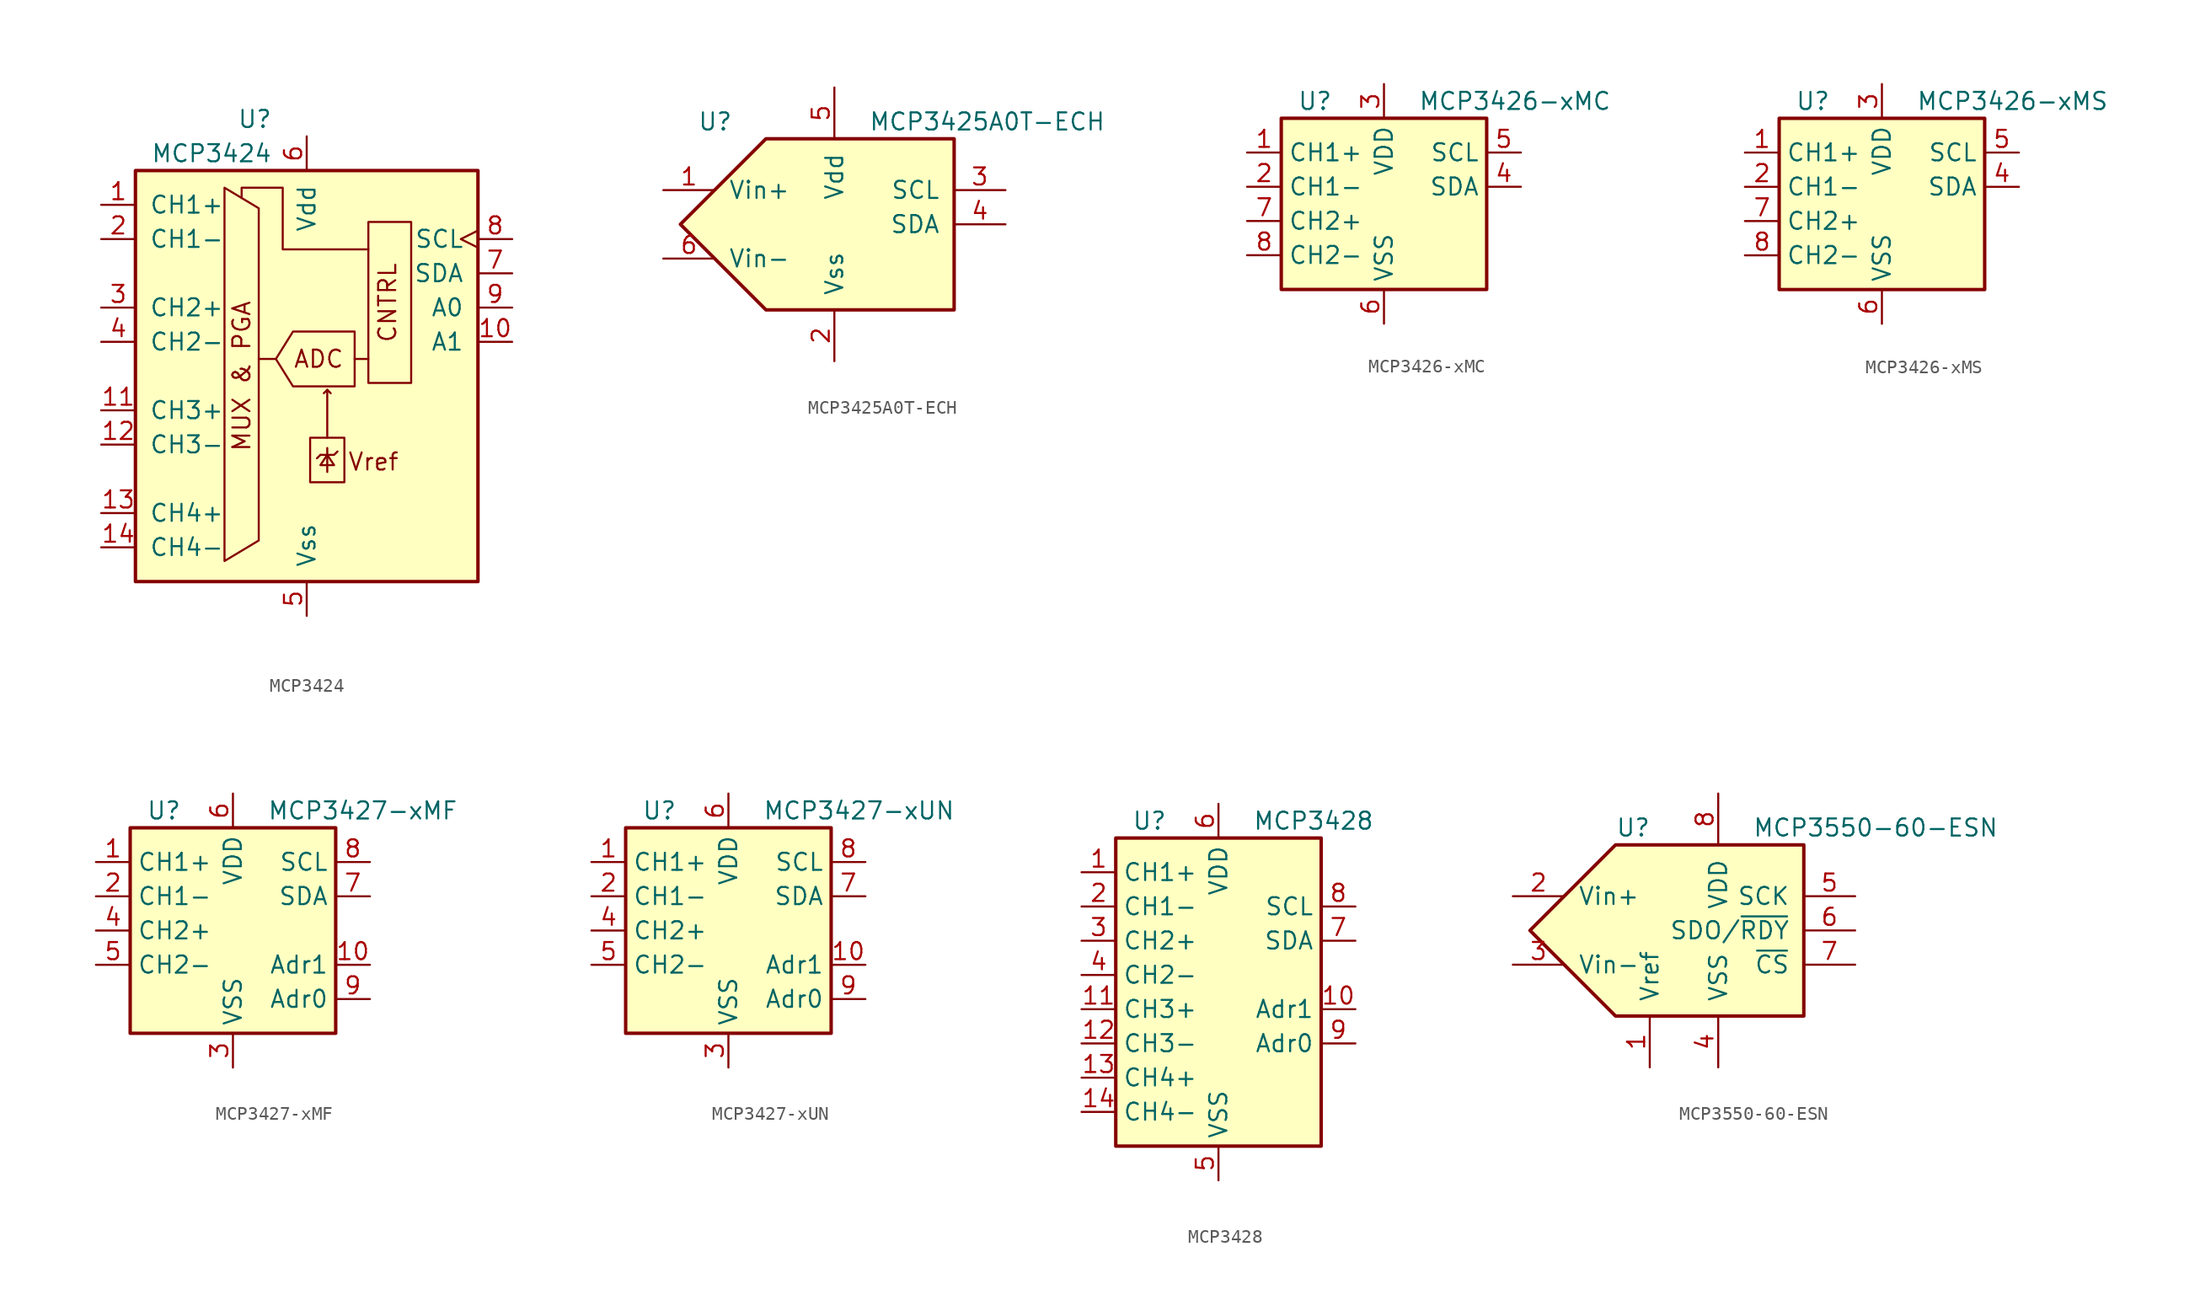
<source format=kicad_sym>
(kicad_symbol_lib
  (version 20220914)
  (generator kicad_symbol_editor)
  (symbol "MCP3424"
    (pin_names
      (offset 1.016))
    (property "Reference" "U"
      (at -2.54 11.43 0)
      (effects (font (size 1.27 1.27)) (justify right)))
    (property "Value" "MCP3424"
      (at -2.54 8.89 0)
      (effects (font (size 1.27 1.27)) (justify right)))
    (symbol "MCP3424_0_0"
      (polyline (pts (xy -6.096 6.35) (xy -3.556 4.826) (xy -3.556 -19.812) (xy -6.096 -21.336) (xy -6.096 6.35)) (stroke (width 0) (type default)) (fill (type none)))
      (polyline (pts (xy 4.572 1.778) (xy -1.778 1.778) (xy -1.778 6.35) (xy -4.826 6.35) (xy -4.826 5.588)) (stroke (width 0) (type default)) (fill (type none)))
      (polyline (pts (xy 3.556 -4.318) (xy 3.556 -8.382) (xy -1.016 -8.382) (xy -2.286 -6.35) (xy -1.016 -4.318) (xy 3.556 -4.318)) (stroke (width 0) (type default)) (fill (type none)))
      (text "ADC" (at 0.889 -6.35 0) (effects (font (size 1.27 1.27))))
      (text "CNTRL" (at 6.731 -5.207 900) (effects (font (size 1.27 1.27)) (justify left bottom)))
      (text "MUX & PGA" (at -4.826 -7.62 900) (effects (font (size 1.27 1.27))))
      (text "Vref" (at 4.953 -13.97 0) (effects (font (size 1.27 1.27)))))
    (symbol "MCP3424_0_1"
      (polyline (pts (xy -3.556 -6.35) (xy -2.286 -6.35)) (stroke (width 0) (type default)) (fill (type none)))
      (polyline (pts (xy 1.016 -13.462) (xy 0.762 -13.716)) (stroke (width 0) (type default)) (fill (type none)))
      (polyline (pts (xy 1.524 -12.954) (xy 1.524 -14.732)) (stroke (width 0) (type default)) (fill (type none)))
      (polyline (pts (xy 1.524 -8.636) (xy 1.778 -8.89)) (stroke (width 0) (type default)) (fill (type none)))
      (polyline (pts (xy 3.556 -6.35) (xy 4.572 -6.35)) (stroke (width 0) (type default)) (fill (type none)))
      (polyline (pts (xy 1.016 -13.462) (xy 2.032 -13.462) (xy 2.286 -13.208)) (stroke (width 0) (type default)) (fill (type none)))
      (polyline (pts (xy 1.524 -12.192) (xy 1.524 -8.636) (xy 1.27 -8.89)) (stroke (width 0) (type default)) (fill (type none)))
      (polyline (pts (xy 1.524 -13.462) (xy 1.016 -14.224) (xy 2.032 -14.224) (xy 1.524 -13.462)) (stroke (width 0) (type default)) (fill (type none)))
      (rectangle (start 0.254 -12.192) (end 2.794 -15.494) (stroke (width 0) (type default)) (fill (type none)))
      (rectangle (start 4.572 -8.128) (end 7.747 3.81) (stroke (width 0) (type default)) (fill (type none)))
      (rectangle (start 12.7 7.62) (end -12.7 -22.86) (stroke (width 0.254) (type default)) (fill (type background))))
    (symbol "MCP3424_1_1"
      (pin input line (at -15.24 5.08 0) (length 2.54) (name "CH1+" (effects (font (size 1.27 1.27)))) (number "1" (effects (font (size 1.27 1.27)))))
      (pin input line (at 15.24 -5.08 180) (length 2.54) (name "A1" (effects (font (size 1.27 1.27)))) (number "10" (effects (font (size 1.27 1.27)))))
      (pin input line (at -15.24 -10.16 0) (length 2.54) (name "CH3+" (effects (font (size 1.27 1.27)))) (number "11" (effects (font (size 1.27 1.27)))))
      (pin input line (at -15.24 -12.7 0) (length 2.54) (name "CH3-" (effects (font (size 1.27 1.27)))) (number "12" (effects (font (size 1.27 1.27)))))
      (pin input line (at -15.24 -17.78 0) (length 2.54) (name "CH4+" (effects (font (size 1.27 1.27)))) (number "13" (effects (font (size 1.27 1.27)))))
      (pin input line (at -15.24 -20.32 0) (length 2.54) (name "CH4-" (effects (font (size 1.27 1.27)))) (number "14" (effects (font (size 1.27 1.27)))))
      (pin input line (at -15.24 2.54 0) (length 2.54) (name "CH1-" (effects (font (size 1.27 1.27)))) (number "2" (effects (font (size 1.27 1.27)))))
      (pin input line (at -15.24 -2.54 0) (length 2.54) (name "CH2+" (effects (font (size 1.27 1.27)))) (number "3" (effects (font (size 1.27 1.27)))))
      (pin input line (at -15.24 -5.08 0) (length 2.54) (name "CH2-" (effects (font (size 1.27 1.27)))) (number "4" (effects (font (size 1.27 1.27)))))
      (pin power_in line (at 0 -25.4 90) (length 2.54) (name "Vss" (effects (font (size 1.27 1.27)))) (number "5" (effects (font (size 1.27 1.27)))))
      (pin power_in line (at 0 10.16 270) (length 2.54) (name "Vdd" (effects (font (size 1.27 1.27)))) (number "6" (effects (font (size 1.27 1.27)))))
      (pin bidirectional line (at 15.24 0 180) (length 2.54) (name "SDA" (effects (font (size 1.27 1.27)))) (number "7" (effects (font (size 1.27 1.27)))))
      (pin input clock (at 15.24 2.54 180) (length 2.54) (name "SCL" (effects (font (size 1.27 1.27)))) (number "8" (effects (font (size 1.27 1.27)))))
      (pin input line (at 15.24 -2.54 180) (length 2.54) (name "A0" (effects (font (size 1.27 1.27)))) (number "9" (effects (font (size 1.27 1.27)))))))
  (symbol "MCP3425A0T-ECH"
    (pin_names
      (offset 1.016))
    (property "Reference" "U"
      (at -10.16 7.62 0)
      (effects (font (size 1.27 1.27)) (justify left)))
    (property "Value" "MCP3425A0T-ECH"
      (at 2.54 7.62 0)
      (effects (font (size 1.27 1.27)) (justify left)))
    (symbol "MCP3425A0T-ECH_0_1"
      (polyline (pts (xy -5.08 6.35) (xy 8.89 6.35) (xy 8.89 0) (xy 8.89 -6.35) (xy -5.08 -6.35) (xy -11.43 0) (xy -5.08 6.35)) (stroke (width 0.254) (type default)) (fill (type background))))
    (symbol "MCP3425A0T-ECH_1_1"
      (pin passive line (at -12.7 2.54 0) (length 3.81) (name "Vin+" (effects (font (size 1.27 1.27)))) (number "1" (effects (font (size 1.27 1.27)))))
      (pin power_in line (at 0 -10.16 90) (length 3.81) (name "Vss" (effects (font (size 1.27 1.27)))) (number "2" (effects (font (size 1.27 1.27)))))
      (pin input line (at 12.7 2.54 180) (length 3.81) (name "SCL" (effects (font (size 1.27 1.27)))) (number "3" (effects (font (size 1.27 1.27)))))
      (pin bidirectional line (at 12.7 0 180) (length 3.81) (name "SDA" (effects (font (size 1.27 1.27)))) (number "4" (effects (font (size 1.27 1.27)))))
      (pin power_in line (at 0 10.16 270) (length 3.81) (name "Vdd" (effects (font (size 1.27 1.27)))) (number "5" (effects (font (size 1.27 1.27)))))
      (pin passive line (at -12.7 -2.54 0) (length 3.81) (name "Vin-" (effects (font (size 1.27 1.27)))) (number "6" (effects (font (size 1.27 1.27)))))))
  (symbol "MCP3426-xMC"
    (property "Reference" "U"
      (at -3.81 8.89 0)
      (effects (font (size 1.27 1.27)) (justify right)))
    (property "Value" "MCP3426-xMC"
      (at 2.54 8.89 0)
      (effects (font (size 1.27 1.27)) (justify left)))
    (symbol "MCP3426-xMC_0_1"
      (rectangle (start -7.62 7.62) (end 7.62 -5.08) (stroke (width 0.254) (type default)) (fill (type background))))
    (symbol "MCP3426-xMC_1_1"
      (pin input line (at -10.16 5.08 0) (length 2.54) (name "CH1+" (effects (font (size 1.27 1.27)))) (number "1" (effects (font (size 1.27 1.27)))))
      (pin input line (at -10.16 2.54 0) (length 2.54) (name "CH1-" (effects (font (size 1.27 1.27)))) (number "2" (effects (font (size 1.27 1.27)))))
      (pin power_in line (at 0 10.16 270) (length 2.54) (name "VDD" (effects (font (size 1.27 1.27)))) (number "3" (effects (font (size 1.27 1.27)))))
      (pin bidirectional line (at 10.16 2.54 180) (length 2.54) (name "SDA" (effects (font (size 1.27 1.27)))) (number "4" (effects (font (size 1.27 1.27)))))
      (pin input line (at 10.16 5.08 180) (length 2.54) (name "SCL" (effects (font (size 1.27 1.27)))) (number "5" (effects (font (size 1.27 1.27)))))
      (pin power_in line (at 0 -7.62 90) (length 2.54) (name "VSS" (effects (font (size 1.27 1.27)))) (number "6" (effects (font (size 1.27 1.27)))))
      (pin input line (at -10.16 0 0) (length 2.54) (name "CH2+" (effects (font (size 1.27 1.27)))) (number "7" (effects (font (size 1.27 1.27)))))
      (pin input line (at -10.16 -2.54 0) (length 2.54) (name "CH2-" (effects (font (size 1.27 1.27)))) (number "8" (effects (font (size 1.27 1.27)))))
      (pin passive line (at 0 -7.62 90) (length 2.54) hide (name "VSS" (effects (font (size 1.27 1.27)))) (number "9" (effects (font (size 1.27 1.27)))))))
  (symbol "MCP3426-xMS"
    (property "Reference" "U"
      (at -3.81 8.89 0)
      (effects (font (size 1.27 1.27)) (justify right)))
    (property "Value" "MCP3426-xMS"
      (at 2.54 8.89 0)
      (effects (font (size 1.27 1.27)) (justify left)))
    (symbol "MCP3426-xMS_0_1"
      (rectangle (start -7.62 7.62) (end 7.62 -5.08) (stroke (width 0.254) (type default)) (fill (type background))))
    (symbol "MCP3426-xMS_1_1"
      (pin input line (at -10.16 5.08 0) (length 2.54) (name "CH1+" (effects (font (size 1.27 1.27)))) (number "1" (effects (font (size 1.27 1.27)))))
      (pin input line (at -10.16 2.54 0) (length 2.54) (name "CH1-" (effects (font (size 1.27 1.27)))) (number "2" (effects (font (size 1.27 1.27)))))
      (pin power_in line (at 0 10.16 270) (length 2.54) (name "VDD" (effects (font (size 1.27 1.27)))) (number "3" (effects (font (size 1.27 1.27)))))
      (pin bidirectional line (at 10.16 2.54 180) (length 2.54) (name "SDA" (effects (font (size 1.27 1.27)))) (number "4" (effects (font (size 1.27 1.27)))))
      (pin input line (at 10.16 5.08 180) (length 2.54) (name "SCL" (effects (font (size 1.27 1.27)))) (number "5" (effects (font (size 1.27 1.27)))))
      (pin power_in line (at 0 -7.62 90) (length 2.54) (name "VSS" (effects (font (size 1.27 1.27)))) (number "6" (effects (font (size 1.27 1.27)))))
      (pin input line (at -10.16 0 0) (length 2.54) (name "CH2+" (effects (font (size 1.27 1.27)))) (number "7" (effects (font (size 1.27 1.27)))))
      (pin input line (at -10.16 -2.54 0) (length 2.54) (name "CH2-" (effects (font (size 1.27 1.27)))) (number "8" (effects (font (size 1.27 1.27)))))))
  (symbol "MCP3427-xMF"
    (property "Reference" "U"
      (at -3.81 8.89 0)
      (effects (font (size 1.27 1.27)) (justify right)))
    (property "Value" "MCP3427-xMF"
      (at 2.54 8.89 0)
      (effects (font (size 1.27 1.27)) (justify left)))
    (symbol "MCP3427-xMF_0_1"
      (rectangle (start -7.62 7.62) (end 7.62 -7.62) (stroke (width 0.254) (type default)) (fill (type background))))
    (symbol "MCP3427-xMF_1_1"
      (pin input line (at -10.16 5.08 0) (length 2.54) (name "CH1+" (effects (font (size 1.27 1.27)))) (number "1" (effects (font (size 1.27 1.27)))))
      (pin input line (at 10.16 -2.54 180) (length 2.54) (name "Adr1" (effects (font (size 1.27 1.27)))) (number "10" (effects (font (size 1.27 1.27)))))
      (pin passive line (at 0 -10.16 90) (length 2.54) hide (name "VSS" (effects (font (size 1.27 1.27)))) (number "11" (effects (font (size 1.27 1.27)))))
      (pin input line (at -10.16 2.54 0) (length 2.54) (name "CH1-" (effects (font (size 1.27 1.27)))) (number "2" (effects (font (size 1.27 1.27)))))
      (pin power_in line (at 0 -10.16 90) (length 2.54) (name "VSS" (effects (font (size 1.27 1.27)))) (number "3" (effects (font (size 1.27 1.27)))))
      (pin input line (at -10.16 0 0) (length 2.54) (name "CH2+" (effects (font (size 1.27 1.27)))) (number "4" (effects (font (size 1.27 1.27)))))
      (pin input line (at -10.16 -2.54 0) (length 2.54) (name "CH2-" (effects (font (size 1.27 1.27)))) (number "5" (effects (font (size 1.27 1.27)))))
      (pin power_in line (at 0 10.16 270) (length 2.54) (name "VDD" (effects (font (size 1.27 1.27)))) (number "6" (effects (font (size 1.27 1.27)))))
      (pin bidirectional line (at 10.16 2.54 180) (length 2.54) (name "SDA" (effects (font (size 1.27 1.27)))) (number "7" (effects (font (size 1.27 1.27)))))
      (pin input line (at 10.16 5.08 180) (length 2.54) (name "SCL" (effects (font (size 1.27 1.27)))) (number "8" (effects (font (size 1.27 1.27)))))
      (pin input line (at 10.16 -5.08 180) (length 2.54) (name "Adr0" (effects (font (size 1.27 1.27)))) (number "9" (effects (font (size 1.27 1.27)))))))
  (symbol "MCP3427-xUN"
    (property "Reference" "U"
      (at -3.81 8.89 0)
      (effects (font (size 1.27 1.27)) (justify right)))
    (property "Value" "MCP3427-xUN"
      (at 2.54 8.89 0)
      (effects (font (size 1.27 1.27)) (justify left)))
    (symbol "MCP3427-xUN_0_1"
      (rectangle (start -7.62 7.62) (end 7.62 -7.62) (stroke (width 0.254) (type default)) (fill (type background))))
    (symbol "MCP3427-xUN_1_1"
      (pin input line (at -10.16 5.08 0) (length 2.54) (name "CH1+" (effects (font (size 1.27 1.27)))) (number "1" (effects (font (size 1.27 1.27)))))
      (pin input line (at 10.16 -2.54 180) (length 2.54) (name "Adr1" (effects (font (size 1.27 1.27)))) (number "10" (effects (font (size 1.27 1.27)))))
      (pin input line (at -10.16 2.54 0) (length 2.54) (name "CH1-" (effects (font (size 1.27 1.27)))) (number "2" (effects (font (size 1.27 1.27)))))
      (pin power_in line (at 0 -10.16 90) (length 2.54) (name "VSS" (effects (font (size 1.27 1.27)))) (number "3" (effects (font (size 1.27 1.27)))))
      (pin input line (at -10.16 0 0) (length 2.54) (name "CH2+" (effects (font (size 1.27 1.27)))) (number "4" (effects (font (size 1.27 1.27)))))
      (pin input line (at -10.16 -2.54 0) (length 2.54) (name "CH2-" (effects (font (size 1.27 1.27)))) (number "5" (effects (font (size 1.27 1.27)))))
      (pin power_in line (at 0 10.16 270) (length 2.54) (name "VDD" (effects (font (size 1.27 1.27)))) (number "6" (effects (font (size 1.27 1.27)))))
      (pin bidirectional line (at 10.16 2.54 180) (length 2.54) (name "SDA" (effects (font (size 1.27 1.27)))) (number "7" (effects (font (size 1.27 1.27)))))
      (pin input line (at 10.16 5.08 180) (length 2.54) (name "SCL" (effects (font (size 1.27 1.27)))) (number "8" (effects (font (size 1.27 1.27)))))
      (pin input line (at 10.16 -5.08 180) (length 2.54) (name "Adr0" (effects (font (size 1.27 1.27)))) (number "9" (effects (font (size 1.27 1.27)))))))
  (symbol "MCP3428"
    (property "Reference" "U"
      (at -3.81 11.43 0)
      (effects (font (size 1.27 1.27)) (justify right)))
    (property "Value" "MCP3428"
      (at 2.54 11.43 0)
      (effects (font (size 1.27 1.27)) (justify left)))
    (symbol "MCP3428_0_1"
      (rectangle (start -7.62 10.16) (end 7.62 -12.7) (stroke (width 0.254) (type default)) (fill (type background))))
    (symbol "MCP3428_1_1"
      (pin input line (at -10.16 7.62 0) (length 2.54) (name "CH1+" (effects (font (size 1.27 1.27)))) (number "1" (effects (font (size 1.27 1.27)))))
      (pin input line (at 10.16 -2.54 180) (length 2.54) (name "Adr1" (effects (font (size 1.27 1.27)))) (number "10" (effects (font (size 1.27 1.27)))))
      (pin input line (at -10.16 -2.54 0) (length 2.54) (name "CH3+" (effects (font (size 1.27 1.27)))) (number "11" (effects (font (size 1.27 1.27)))))
      (pin input line (at -10.16 -5.08 0) (length 2.54) (name "CH3-" (effects (font (size 1.27 1.27)))) (number "12" (effects (font (size 1.27 1.27)))))
      (pin input line (at -10.16 -7.62 0) (length 2.54) (name "CH4+" (effects (font (size 1.27 1.27)))) (number "13" (effects (font (size 1.27 1.27)))))
      (pin input line (at -10.16 -10.16 0) (length 2.54) (name "CH4-" (effects (font (size 1.27 1.27)))) (number "14" (effects (font (size 1.27 1.27)))))
      (pin input line (at -10.16 5.08 0) (length 2.54) (name "CH1-" (effects (font (size 1.27 1.27)))) (number "2" (effects (font (size 1.27 1.27)))))
      (pin input line (at -10.16 2.54 0) (length 2.54) (name "CH2+" (effects (font (size 1.27 1.27)))) (number "3" (effects (font (size 1.27 1.27)))))
      (pin input line (at -10.16 0 0) (length 2.54) (name "CH2-" (effects (font (size 1.27 1.27)))) (number "4" (effects (font (size 1.27 1.27)))))
      (pin power_in line (at 0 -15.24 90) (length 2.54) (name "VSS" (effects (font (size 1.27 1.27)))) (number "5" (effects (font (size 1.27 1.27)))))
      (pin power_in line (at 0 12.7 270) (length 2.54) (name "VDD" (effects (font (size 1.27 1.27)))) (number "6" (effects (font (size 1.27 1.27)))))
      (pin bidirectional line (at 10.16 2.54 180) (length 2.54) (name "SDA" (effects (font (size 1.27 1.27)))) (number "7" (effects (font (size 1.27 1.27)))))
      (pin input line (at 10.16 5.08 180) (length 2.54) (name "SCL" (effects (font (size 1.27 1.27)))) (number "8" (effects (font (size 1.27 1.27)))))
      (pin input line (at 10.16 -5.08 180) (length 2.54) (name "Adr0" (effects (font (size 1.27 1.27)))) (number "9" (effects (font (size 1.27 1.27)))))))
  (symbol "MCP3550-60-ESN"
    (pin_names
      (offset 1.016))
    (property "Reference" "U"
      (at -5.08 7.62 0)
      (effects (font (size 1.27 1.27)) (justify left)))
    (property "Value" "MCP3550-60-ESN"
      (at 5.08 7.62 0)
      (effects (font (size 1.27 1.27)) (justify left)))
    (symbol "MCP3550-60-ESN_0_1"
      (polyline (pts (xy -5.08 6.35) (xy 8.89 6.35) (xy 8.89 0) (xy 8.89 -6.35) (xy -5.08 -6.35) (xy -11.43 0) (xy -5.08 6.35)) (stroke (width 0.254) (type default)) (fill (type background))))
    (symbol "MCP3550-60-ESN_1_1"
      (pin input line (at -2.54 -10.16 90) (length 3.81) (name "Vref" (effects (font (size 1.27 1.27)))) (number "1" (effects (font (size 1.27 1.27)))))
      (pin passive line (at -12.7 2.54 0) (length 3.81) (name "Vin+" (effects (font (size 1.27 1.27)))) (number "2" (effects (font (size 1.27 1.27)))))
      (pin passive line (at -12.7 -2.54 0) (length 3.81) (name "Vin-" (effects (font (size 1.27 1.27)))) (number "3" (effects (font (size 1.27 1.27)))))
      (pin power_in line (at 2.54 -10.16 90) (length 3.81) (name "VSS" (effects (font (size 1.27 1.27)))) (number "4" (effects (font (size 1.27 1.27)))))
      (pin input line (at 12.7 2.54 180) (length 3.81) (name "SCK" (effects (font (size 1.27 1.27)))) (number "5" (effects (font (size 1.27 1.27)))))
      (pin output line (at 12.7 0 180) (length 3.81) (name "SDO/~{RDY}" (effects (font (size 1.27 1.27)))) (number "6" (effects (font (size 1.27 1.27)))))
      (pin input line (at 12.7 -2.54 180) (length 3.81) (name "~{CS}" (effects (font (size 1.27 1.27)))) (number "7" (effects (font (size 1.27 1.27)))))
      (pin power_in line (at 2.54 10.16 270) (length 3.81) (name "VDD" (effects (font (size 1.27 1.27)))) (number "8" (effects (font (size 1.27 1.27))))))))
</source>
